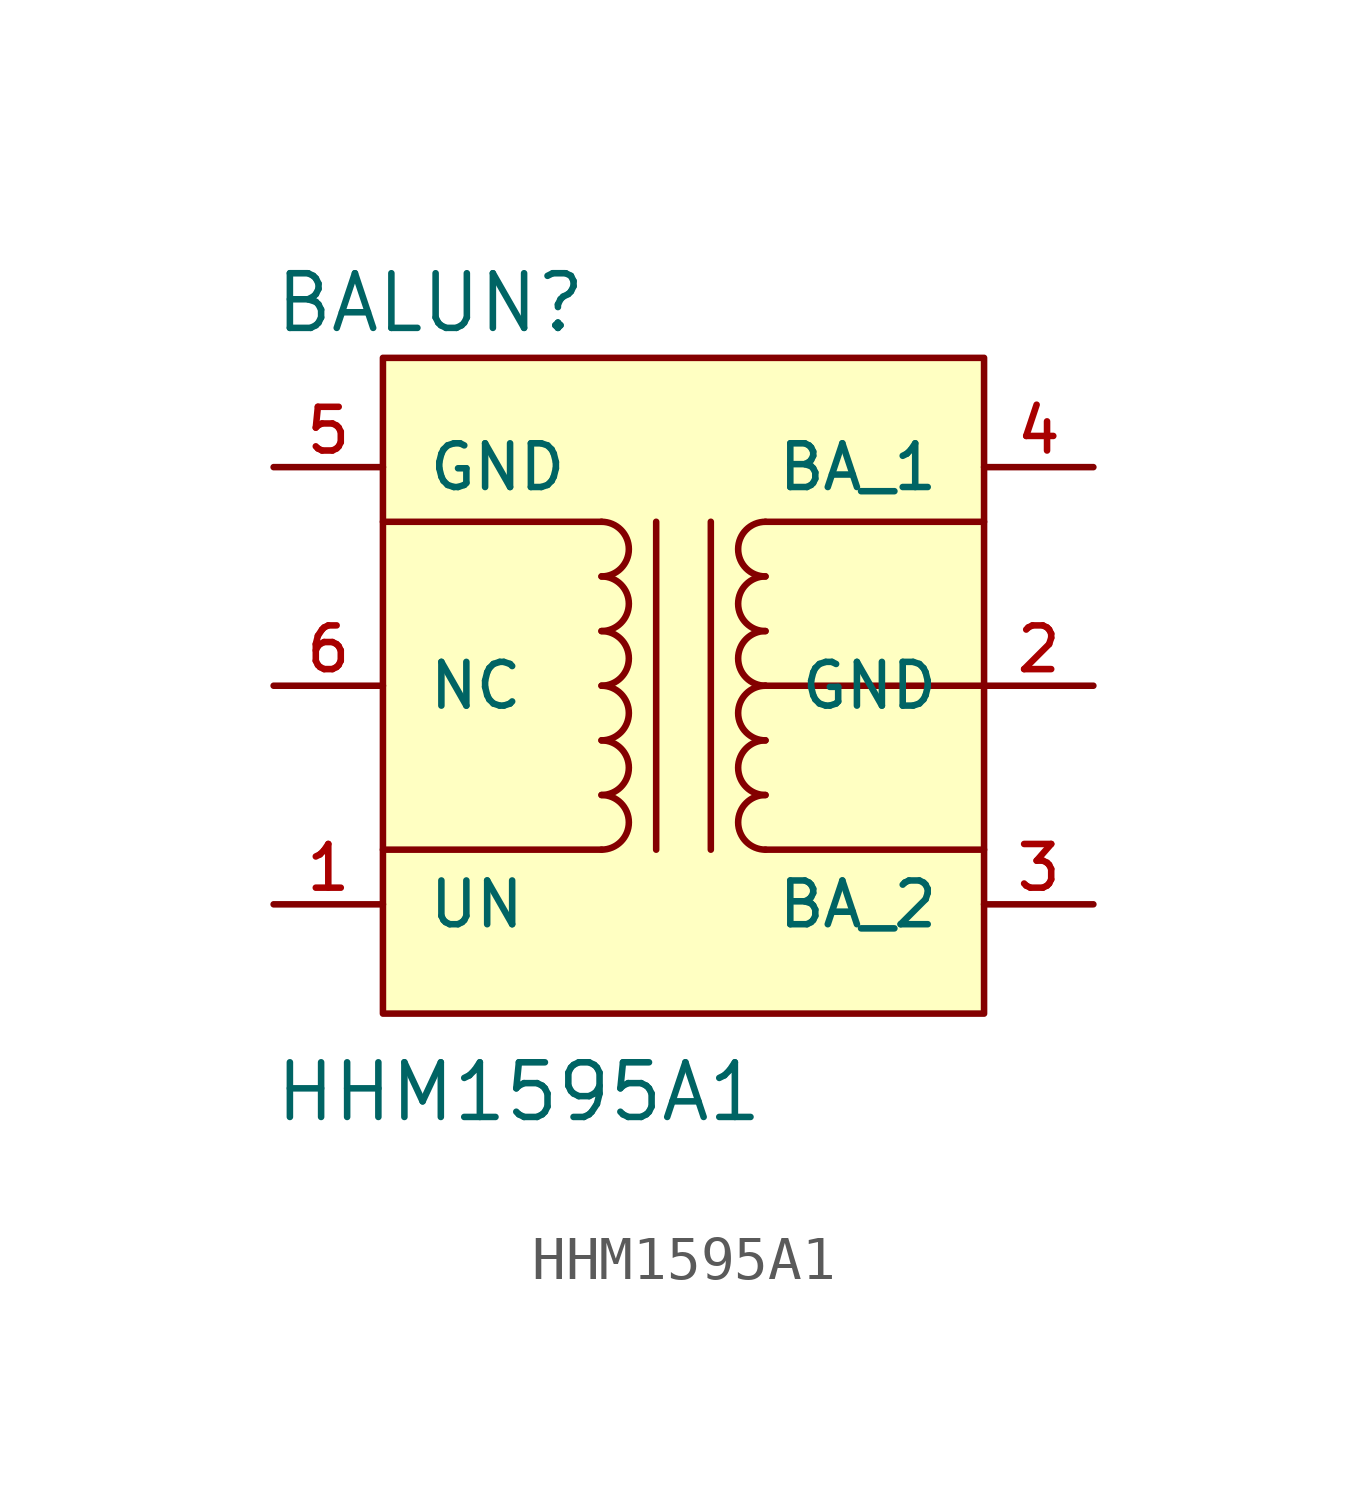
<source format=kicad_sym>
(kicad_symbol_lib
  (version 20211014)
  (generator kicad_symbol_editor)
  (symbol "HHM1595A1"
    (pin_names
      (offset 1.016))
    (property "Reference" "BALUN"
      (at -12.725 8.153 0)
      (effects (font (size 1.27 1.27)) (justify left bottom)))
    (property "Value" "HHM1595A1"
      (at -12.725 -10.185 0)
      (effects (font (size 1.27 1.27)) (justify left bottom)))
    (property "ki_locked" ""
      (at 0 0 0)
      (effects (font (size 1.27 1.27))))
    (symbol "HHM1595A1_0_0"
      (rectangle (start -10.16 7.62) (end 3.81 -7.62) (stroke (width 0.152) (type default) (color 0 0 0 0)) (fill (type background)))
      (arc (start -5.08 -3.81) (mid -4.445 -3.175) (end -5.08 -2.54) (stroke (width 0.1524) (type default) (color 0 0 0 0)) (fill (type none)))
      (arc (start -5.08 -2.54) (mid -4.445 -1.905) (end -5.08 -1.27) (stroke (width 0.1524) (type default) (color 0 0 0 0)) (fill (type none)))
      (arc (start -5.08 -1.27) (mid -4.445 -0.635) (end -5.08 0) (stroke (width 0.1524) (type default) (color 0 0 0 0)) (fill (type none)))
      (arc (start -5.08 0) (mid -4.445 0.635) (end -5.08 1.27) (stroke (width 0.1524) (type default) (color 0 0 0 0)) (fill (type none)))
      (arc (start -5.08 1.27) (mid -4.445 1.905) (end -5.08 2.54) (stroke (width 0.1524) (type default) (color 0 0 0 0)) (fill (type none)))
      (arc (start -5.08 2.54) (mid -4.445 3.175) (end -5.08 3.81) (stroke (width 0.1524) (type default) (color 0 0 0 0)) (fill (type none)))
      (arc (start -1.27 -2.54) (mid -1.905 -3.175) (end -1.27 -3.81) (stroke (width 0.1524) (type default) (color 0 0 0 0)) (fill (type none)))
      (arc (start -1.27 -1.27) (mid -1.905 -1.905) (end -1.27 -2.54) (stroke (width 0.1524) (type default) (color 0 0 0 0)) (fill (type none)))
      (arc (start -1.27 0) (mid -1.905 -0.635) (end -1.27 -1.27) (stroke (width 0.1524) (type default) (color 0 0 0 0)) (fill (type none)))
      (arc (start -1.27 1.27) (mid -1.905 0.635) (end -1.27 0) (stroke (width 0.1524) (type default) (color 0 0 0 0)) (fill (type none)))
      (arc (start -1.27 2.54) (mid -1.905 1.905) (end -1.27 1.27) (stroke (width 0.1524) (type default) (color 0 0 0 0)) (fill (type none)))
      (arc (start -1.27 3.81) (mid -1.905 3.175) (end -1.27 2.54) (stroke (width 0.1524) (type default) (color 0 0 0 0)) (fill (type none)))
      (polyline (pts (xy -5.08 -3.81) (xy -10.16 -3.81)) (stroke (width 0.152) (type default) (color 0 0 0 0)) (fill (type none)))
      (polyline (pts (xy -5.08 3.81) (xy -10.16 3.81)) (stroke (width 0.152) (type default) (color 0 0 0 0)) (fill (type none)))
      (polyline (pts (xy -3.81 3.81) (xy -3.81 -3.81)) (stroke (width 0.152) (type default) (color 0 0 0 0)) (fill (type none)))
      (polyline (pts (xy -2.54 3.81) (xy -2.54 -3.81)) (stroke (width 0.152) (type default) (color 0 0 0 0)) (fill (type none)))
      (polyline (pts (xy -1.27 -3.81) (xy 3.81 -3.81)) (stroke (width 0.152) (type default) (color 0 0 0 0)) (fill (type none)))
      (polyline (pts (xy -1.27 3.81) (xy 3.81 3.81)) (stroke (width 0.152) (type default) (color 0 0 0 0)) (fill (type none)))
      (polyline (pts (xy 3.81 0) (xy -1.27 0)) (stroke (width 0.152) (type default) (color 0 0 0 0)) (fill (type none)))
      (pin bidirectional line (at -12.7 -5.08 0) (length 2.54) (name "UN" (effects (font (size 1.016 1.016)))) (number "1" (effects (font (size 1.016 1.016)))))
      (pin power_in line (at 6.35 0 180) (length 2.54) (name "GND" (effects (font (size 1.016 1.016)))) (number "2" (effects (font (size 1.016 1.016)))))
      (pin bidirectional line (at 6.35 -5.08 180) (length 2.54) (name "BA_2" (effects (font (size 1.016 1.016)))) (number "3" (effects (font (size 1.016 1.016)))))
      (pin bidirectional line (at 6.35 5.08 180) (length 2.54) (name "BA_1" (effects (font (size 1.016 1.016)))) (number "4" (effects (font (size 1.016 1.016)))))
      (pin power_in line (at -12.7 5.08 0) (length 2.54) (name "GND" (effects (font (size 1.016 1.016)))) (number "5" (effects (font (size 1.016 1.016)))))
      (pin power_in line (at -12.7 0 0) (length 2.54) (name "NC" (effects (font (size 1.016 1.016)))) (number "6" (effects (font (size 1.016 1.016))))))))
</source>
